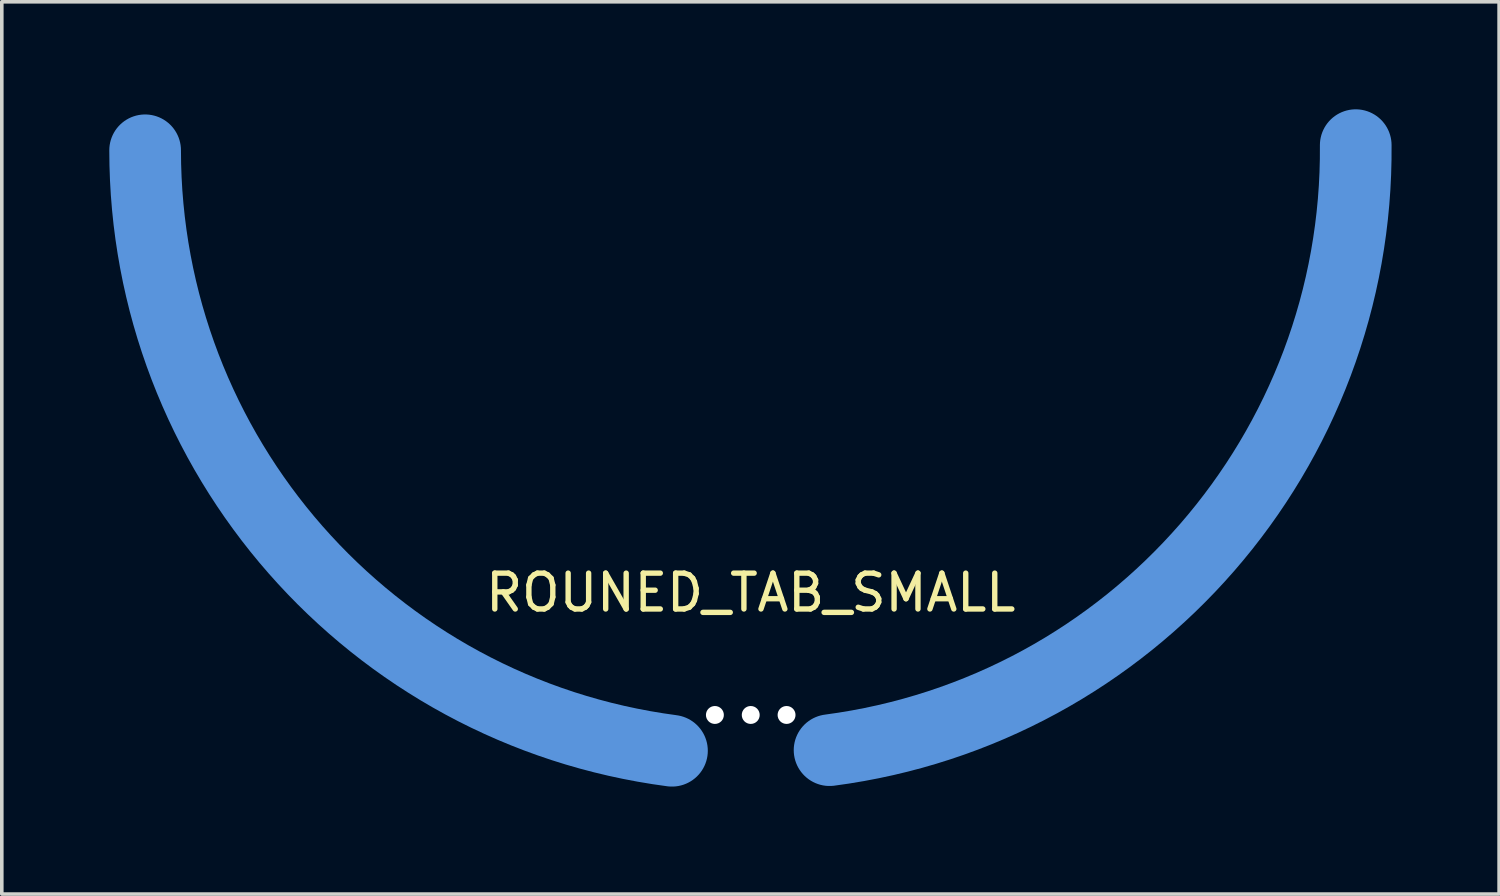
<source format=kicad_pcb>
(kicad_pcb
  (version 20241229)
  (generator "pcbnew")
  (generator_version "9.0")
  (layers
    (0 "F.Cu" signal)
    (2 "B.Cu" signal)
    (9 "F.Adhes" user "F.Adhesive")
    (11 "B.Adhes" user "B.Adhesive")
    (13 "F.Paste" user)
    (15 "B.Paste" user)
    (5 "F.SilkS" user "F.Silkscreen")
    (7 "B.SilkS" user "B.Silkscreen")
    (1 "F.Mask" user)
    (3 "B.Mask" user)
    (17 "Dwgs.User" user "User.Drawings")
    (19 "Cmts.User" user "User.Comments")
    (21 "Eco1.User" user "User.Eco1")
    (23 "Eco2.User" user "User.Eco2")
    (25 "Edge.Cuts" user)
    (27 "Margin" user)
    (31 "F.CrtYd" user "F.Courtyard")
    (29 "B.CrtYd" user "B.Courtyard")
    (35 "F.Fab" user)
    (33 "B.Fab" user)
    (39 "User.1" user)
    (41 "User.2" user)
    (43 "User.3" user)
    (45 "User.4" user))
  (footprint "ROUNED_TAB_SMALL"
    (layer "F.Cu")
    (at 17.9 18.044)
    (property "Reference" "ROUNED_TAB_SMALL" (at 0 -4.555 0) (layer "F.SilkS") (effects (font (size 1 1) (thickness 0.15))))
    (attr through_hole)
    (fp_arc (start 15.64 -16.9) (mid 0 -1.26) (end -15.64 -16.9) (stroke (width 0.001) (type solid)) (layer "Dwgs.User"))
    (fp_arc (start 15.889999 -16.9) (mid 0 -1.010001) (end -15.889999 -16.9) (stroke (width 0.001) (type solid)) (layer "Dwgs.User"))
    (fp_circle (center -1 -1.292) (end -0.95 -1.292) (stroke (width 0.001) (type solid)) (fill no) (layer "Dwgs.User"))
    (fp_circle (center 0 -1.26) (end 0.05 -1.26) (stroke (width 0.001) (type solid)) (fill no) (layer "Dwgs.User"))
    (fp_circle (center 1 -1.292) (end 1.05 -1.292) (stroke (width 0.001) (type solid)) (fill no) (layer "Dwgs.User"))
    (fp_arc (start -2.1977 -0.143505) (mid -12.703368 -5.75395) (end -16.9 -16.9) (stroke (width 2) (type solid)) (layer "Cmts.User"))
    (fp_arc (start 16.883335 -17.043509) (mid 12.739962 -5.820246) (end 2.2 -0.16) (stroke (width 2) (type solid)) (layer "Cmts.User"))
    (pad "" np_thru_hole circle (at -1 -1.142) (size 0.5 0.5) (drill 0.5) (layers "*.Cu" "*.Mask"))
    (pad "" np_thru_hole circle (at 0 -1.142) (size 0.5 0.5) (drill 0.5) (layers "*.Cu" "*.Mask"))
    (pad "" np_thru_hole circle (at 1 -1.142) (size 0.5 0.5) (drill 0.5) (layers "*.Cu" "*.Mask")))
  (gr_rect
    (start -3 -3)
    (end 38.784 21.9)
    (stroke (width 0.1) (type default))
    (fill no)
    (layer "Edge.Cuts")))
</source>
